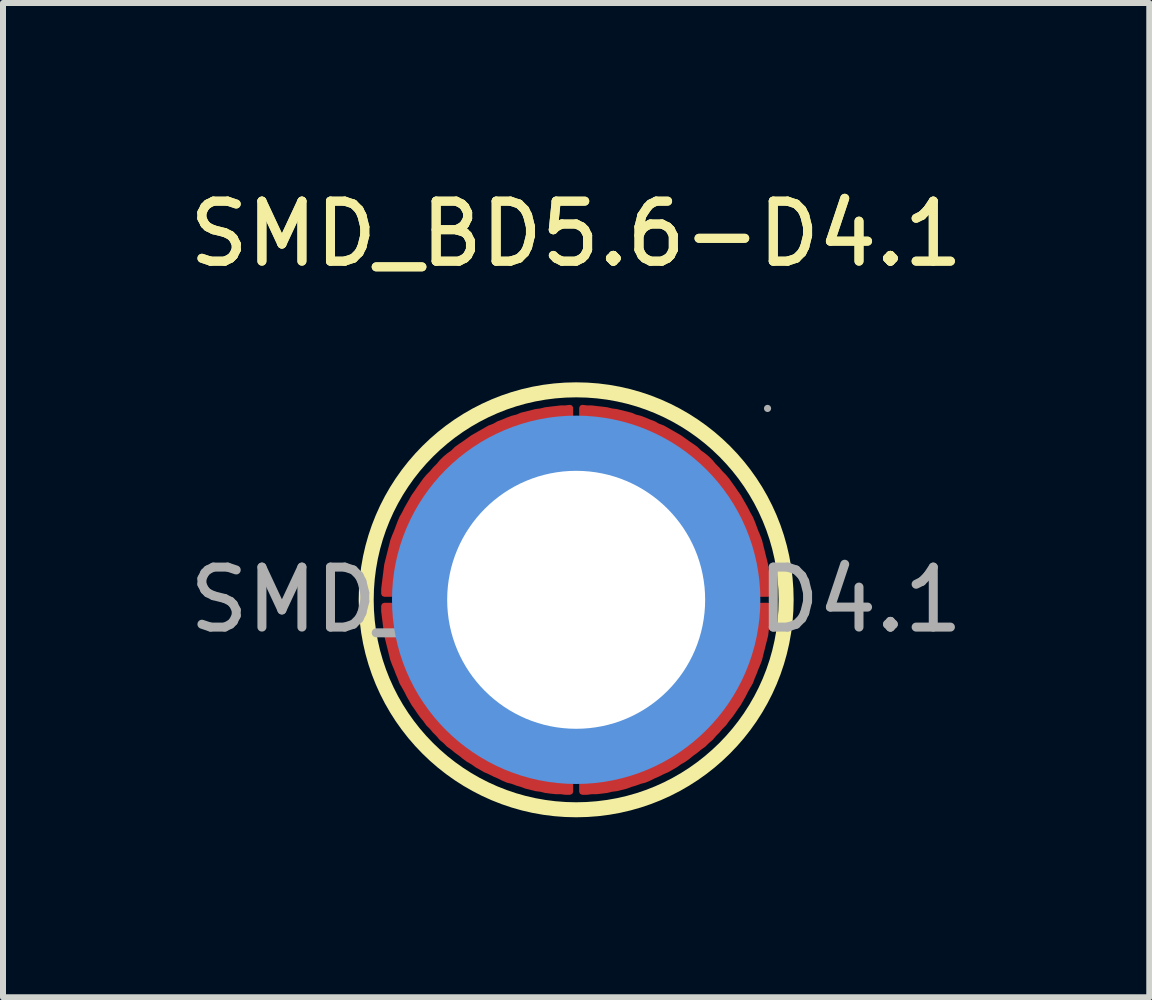
<source format=kicad_pcb>
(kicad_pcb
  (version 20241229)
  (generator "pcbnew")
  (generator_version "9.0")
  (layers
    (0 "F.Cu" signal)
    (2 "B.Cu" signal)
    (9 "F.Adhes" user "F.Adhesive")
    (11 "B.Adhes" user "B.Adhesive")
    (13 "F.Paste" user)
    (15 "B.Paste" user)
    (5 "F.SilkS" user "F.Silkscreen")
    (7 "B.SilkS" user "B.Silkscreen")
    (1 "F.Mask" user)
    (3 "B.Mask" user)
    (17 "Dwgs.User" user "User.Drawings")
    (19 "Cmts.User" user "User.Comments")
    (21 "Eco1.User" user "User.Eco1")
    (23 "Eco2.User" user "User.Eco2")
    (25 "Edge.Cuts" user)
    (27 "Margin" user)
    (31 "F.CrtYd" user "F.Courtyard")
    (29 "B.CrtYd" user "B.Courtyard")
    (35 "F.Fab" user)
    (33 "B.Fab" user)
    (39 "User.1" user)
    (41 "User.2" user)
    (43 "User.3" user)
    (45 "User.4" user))
  (footprint "SMD_BD5.6-D4.1"
    (layer "F.Cu")
    (at 6.554 6.948)
    (property "Reference" "SMD_BD5.6-D4.1" (at 0 -6.1 0) (layer "F.SilkS") (effects (font (size 1 1) (thickness 0.15))))
    (attr smd)
    (fp_circle (center 0 0) (end 3.5 0) (stroke (width 0.25) (type solid)) (fill no) (layer "F.SilkS"))
    (fp_circle (center 0 0) (end 1.02 0) (stroke (width 2.05) (type solid)) (fill no) (layer "Cmts.User"))
    (fp_circle (center 3.19 -3.19) (end 3.22 -3.19) (stroke (width 0.06) (type solid)) (fill no) (layer "F.Fab"))
    (fp_text user "${REFERENCE}" (at 0 -6.1 0) (layer "F.SilkS") (effects (font (size 1 1) (thickness 0.15))))
    (fp_text user "${REFERENCE}" (at 0 0 0) (layer "F.Fab") (effects (font (size 1 1) (thickness 0.15))))
    (pad "1" smd custom (at -2.1 -1.65) (size 0.01 0.01) (layers "F.Cu" "F.Mask" "F.Paste") (options (anchor circle)) (primitives (gr_poly (pts (xy 2 -1.55) (xy 2 -0.55) (xy 1.93 -0.54) (xy 1.86 -0.54) (xy 1.8 -0.53) (xy 1.73 -0.52) (xy 1.66 -0.5) (xy 1.6 -0.49) (xy 1.53 -0.47) (xy 1.47 -0.46) (xy 1.4 -0.43) (xy 1.34 -0.41) (xy 1.27 -0.39) (xy 1.21 -0.36) (xy 1.15 -0.33) (xy 1.09 -0.3) (xy 1.03 -0.27) (xy 0.97 -0.24) (xy 0.91 -0.2) (xy 0.86 -0.16) (xy 0.8 -0.12) (xy 0.75 -0.08) (xy 0.69 -0.04) (xy 0.64 0) (xy 0.59 0.05) (xy 0.54 0.1) (xy 0.49 0.14) (xy 0.45 0.2) (xy 0.4 0.25) (xy 0.36 0.3) (xy 0.32 0.35) (xy 0.28 0.41) (xy 0.24 0.47) (xy 0.21 0.52) (xy 0.18 0.58) (xy 0.14 0.64) (xy 0.11 0.7) (xy 0.08 0.76) (xy 0.06 0.83) (xy 0.03 0.89) (xy 0.01 0.95) (xy -0.01 1.02) (xy -0.03 1.09) (xy -0.04 1.15) (xy -0.06 1.22) (xy -0.07 1.28) (xy -0.08 1.35) (xy -0.09 1.42) (xy -0.1 1.49) (xy -0.1 1.55) (xy -1.1 1.55) (xy -1.1 1.47) (xy -1.09 1.39) (xy -1.08 1.31) (xy -1.07 1.23) (xy -1.06 1.15) (xy -1.05 1.07) (xy -1.03 0.99) (xy -1.01 0.91) (xy -0.99 0.83) (xy -0.97 0.75) (xy -0.95 0.67) (xy -0.92 0.59) (xy -0.89 0.52) (xy -0.86 0.44) (xy -0.83 0.36) (xy -0.8 0.29) (xy -0.76 0.22) (xy -0.72 0.14) (xy -0.68 0.07) (xy -0.64 0) (xy -0.6 -0.07) (xy -0.55 -0.14) (xy -0.51 -0.2) (xy -0.46 -0.27) (xy -0.41 -0.34) (xy -0.36 -0.4) (xy -0.3 -0.46) (xy -0.25 -0.52) (xy -0.19 -0.58) (xy -0.14 -0.64) (xy -0.08 -0.7) (xy -0.02 -0.75) (xy 0.05 -0.8) (xy 0.11 -0.86) (xy 0.18 -0.91) (xy 0.24 -0.95) (xy 0.31 -1) (xy 0.38 -1.05) (xy 0.45 -1.09) (xy 0.52 -1.13) (xy 0.59 -1.17) (xy 0.66 -1.21) (xy 0.74 -1.24) (xy 0.81 -1.28) (xy 0.89 -1.31) (xy 0.96 -1.34) (xy 1.04 -1.37) (xy 1.12 -1.39) (xy 1.19 -1.42) (xy 1.27 -1.44) (xy 1.35 -1.46) (xy 1.43 -1.48) (xy 1.51 -1.49) (xy 1.59 -1.51) (xy 1.67 -1.52) (xy 1.76 -1.53) (xy 1.84 -1.54) (xy 1.92 -1.54) (xy 2 -1.55)) (width 0.1) (fill yes))))
    (pad "2" smd custom (at 1.65 -2.1) (size 0.01 0.01) (layers "F.Cu" "F.Mask" "F.Paste") (options (anchor circle)) (primitives (gr_poly (pts (xy 1.55 2) (xy 0.55 2) (xy 0.55 1.94) (xy 0.54 1.87) (xy 0.53 1.8) (xy 0.52 1.73) (xy 0.51 1.67) (xy 0.49 1.6) (xy 0.48 1.54) (xy 0.46 1.47) (xy 0.44 1.4) (xy 0.42 1.34) (xy 0.39 1.28) (xy 0.37 1.21) (xy 0.34 1.15) (xy 0.31 1.09) (xy 0.27 1.03) (xy 0.24 0.97) (xy 0.21 0.92) (xy 0.17 0.86) (xy 0.13 0.8) (xy 0.09 0.75) (xy 0.05 0.7) (xy 0 0.65) (xy -0.04 0.59) (xy -0.09 0.55) (xy -0.14 0.5) (xy -0.19 0.45) (xy -0.24 0.41) (xy -0.3 0.37) (xy -0.35 0.33) (xy -0.41 0.29) (xy -0.46 0.25) (xy -0.52 0.21) (xy -0.58 0.18) (xy -0.64 0.15) (xy -0.7 0.12) (xy -0.76 0.09) (xy -0.82 0.06) (xy -0.89 0.04) (xy -0.95 0.02) (xy -1.02 -0.01) (xy -1.08 -0.02) (xy -1.15 -0.04) (xy -1.21 -0.05) (xy -1.28 -0.07) (xy -1.35 -0.08) (xy -1.41 -0.09) (xy -1.48 -0.09) (xy -1.55 -0.1) (xy -1.55 -1.1) (xy -1.47 -1.09) (xy -1.39 -1.09) (xy -1.31 -1.08) (xy -1.22 -1.07) (xy -1.14 -1.06) (xy -1.06 -1.04) (xy -0.98 -1.03) (xy -0.9 -1.01) (xy -0.82 -0.99) (xy -0.74 -0.97) (xy -0.67 -0.94) (xy -0.59 -0.92) (xy -0.51 -0.89) (xy -0.44 -0.86) (xy -0.36 -0.83) (xy -0.29 -0.79) (xy -0.21 -0.76) (xy -0.14 -0.72) (xy -0.07 -0.68) (xy 0 -0.64) (xy 0.07 -0.6) (xy 0.14 -0.55) (xy 0.21 -0.5) (xy 0.27 -0.46) (xy 0.34 -0.41) (xy 0.4 -0.35) (xy 0.47 -0.3) (xy 0.53 -0.25) (xy 0.59 -0.19) (xy 0.64 -0.13) (xy 0.7 -0.07) (xy 0.75 -0.01) (xy 0.81 0.05) (xy 0.86 0.11) (xy 0.91 0.18) (xy 0.96 0.25) (xy 1 0.31) (xy 1.05 0.38) (xy 1.09 0.45) (xy 1.13 0.52) (xy 1.17 0.59) (xy 1.21 0.67) (xy 1.25 0.74) (xy 1.28 0.81) (xy 1.31 0.89) (xy 1.34 0.97) (xy 1.37 1.04) (xy 1.4 1.12) (xy 1.42 1.2) (xy 1.44 1.28) (xy 1.46 1.36) (xy 1.48 1.44) (xy 1.5 1.52) (xy 1.51 1.6) (xy 1.52 1.68) (xy 1.53 1.76) (xy 1.54 1.84) (xy 1.55 1.92) (xy 1.55 2)) (width 0.1) (fill yes))))
    (pad "3" smd custom (at 2.1 1.65) (size 0.01 0.01) (layers "F.Cu" "F.Mask" "F.Paste") (options (anchor circle)) (primitives (gr_poly (pts (xy -2 1.55) (xy -2 0.55) (xy -1.93 0.55) (xy -1.86 0.54) (xy -1.8 0.54) (xy -1.73 0.53) (xy -1.66 0.51) (xy -1.6 0.5) (xy -1.53 0.48) (xy -1.47 0.46) (xy -1.4 0.44) (xy -1.34 0.42) (xy -1.27 0.4) (xy -1.21 0.37) (xy -1.15 0.34) (xy -1.09 0.31) (xy -1.03 0.28) (xy -0.97 0.24) (xy -0.91 0.21) (xy -0.86 0.17) (xy -0.8 0.13) (xy -0.75 0.09) (xy -0.69 0.05) (xy -0.64 0) (xy -0.59 -0.04) (xy -0.54 -0.09) (xy -0.49 -0.14) (xy -0.45 -0.19) (xy -0.4 -0.24) (xy -0.36 -0.29) (xy -0.32 -0.35) (xy -0.28 -0.4) (xy -0.24 -0.46) (xy -0.21 -0.52) (xy -0.18 -0.57) (xy -0.14 -0.63) (xy -0.11 -0.7) (xy -0.08 -0.76) (xy -0.06 -0.82) (xy -0.03 -0.88) (xy -0.01 -0.95) (xy 0.01 -1.01) (xy 0.03 -1.08) (xy 0.04 -1.14) (xy 0.06 -1.21) (xy 0.07 -1.28) (xy 0.08 -1.34) (xy 0.09 -1.41) (xy 0.1 -1.48) (xy 0.1 -1.55) (xy 1.1 -1.55) (xy 1.1 -1.46) (xy 1.09 -1.38) (xy 1.08 -1.3) (xy 1.07 -1.22) (xy 1.06 -1.14) (xy 1.05 -1.06) (xy 1.03 -0.98) (xy 1.01 -0.9) (xy 0.99 -0.82) (xy 0.97 -0.74) (xy 0.95 -0.66) (xy 0.92 -0.58) (xy 0.89 -0.51) (xy 0.86 -0.43) (xy 0.83 -0.36) (xy 0.8 -0.28) (xy 0.76 -0.21) (xy 0.72 -0.14) (xy 0.68 -0.06) (xy 0.64 0.01) (xy 0.6 0.08) (xy 0.55 0.15) (xy 0.51 0.21) (xy 0.46 0.28) (xy 0.41 0.34) (xy 0.36 0.41) (xy 0.3 0.47) (xy 0.25 0.53) (xy 0.19 0.59) (xy 0.14 0.65) (xy 0.08 0.7) (xy 0.02 0.76) (xy -0.05 0.81) (xy -0.11 0.86) (xy -0.18 0.91) (xy -0.24 0.96) (xy -0.31 1.01) (xy -0.38 1.05) (xy -0.45 1.1) (xy -0.52 1.14) (xy -0.59 1.18) (xy -0.66 1.21) (xy -0.74 1.25) (xy -0.81 1.28) (xy -0.89 1.32) (xy -0.96 1.35) (xy -1.04 1.37) (xy -1.12 1.4) (xy -1.19 1.42) (xy -1.27 1.45) (xy -1.35 1.47) (xy -1.43 1.49) (xy -1.51 1.5) (xy -1.59 1.52) (xy -1.67 1.53) (xy -1.76 1.54) (xy -1.84 1.54) (xy -1.92 1.55) (xy -2 1.55)) (width 0.1) (fill yes))))
    (pad "4" smd custom (at -1.65 2.1) (size 0.01 0.01) (layers "F.Cu" "F.Mask" "F.Paste") (options (anchor circle)) (primitives (gr_poly (pts (xy -1.55 -2) (xy -0.55 -2) (xy -0.55 -1.93) (xy -0.54 -1.86) (xy -0.53 -1.79) (xy -0.52 -1.73) (xy -0.51 -1.66) (xy -0.49 -1.59) (xy -0.48 -1.53) (xy -0.46 -1.46) (xy -0.44 -1.4) (xy -0.42 -1.33) (xy -0.39 -1.27) (xy -0.37 -1.21) (xy -0.34 -1.15) (xy -0.31 -1.08) (xy -0.27 -1.02) (xy -0.24 -0.97) (xy -0.21 -0.91) (xy -0.17 -0.85) (xy -0.13 -0.8) (xy -0.09 -0.74) (xy -0.05 -0.69) (xy 0 -0.64) (xy 0.04 -0.59) (xy 0.09 -0.54) (xy 0.14 -0.49) (xy 0.19 -0.45) (xy 0.24 -0.4) (xy 0.3 -0.36) (xy 0.35 -0.32) (xy 0.41 -0.28) (xy 0.46 -0.24) (xy 0.52 -0.21) (xy 0.58 -0.17) (xy 0.64 -0.14) (xy 0.7 -0.11) (xy 0.76 -0.08) (xy 0.82 -0.05) (xy 0.89 -0.03) (xy 0.95 -0.01) (xy 1.02 0.01) (xy 1.08 0.03) (xy 1.15 0.05) (xy 1.21 0.06) (xy 1.28 0.08) (xy 1.35 0.09) (xy 1.41 0.09) (xy 1.48 0.1) (xy 1.55 0.1) (xy 1.55 1.1) (xy 1.47 1.1) (xy 1.39 1.09) (xy 1.31 1.09) (xy 1.22 1.08) (xy 1.14 1.07) (xy 1.06 1.05) (xy 0.98 1.04) (xy 0.9 1.02) (xy 0.82 1) (xy 0.74 0.97) (xy 0.67 0.95) (xy 0.59 0.92) (xy 0.51 0.9) (xy 0.44 0.87) (xy 0.36 0.83) (xy 0.29 0.8) (xy 0.21 0.76) (xy 0.14 0.73) (xy 0.07 0.69) (xy 0 0.65) (xy -0.07 0.6) (xy -0.14 0.56) (xy -0.21 0.51) (xy -0.27 0.46) (xy -0.34 0.41) (xy -0.4 0.36) (xy -0.47 0.31) (xy -0.53 0.25) (xy -0.59 0.2) (xy -0.64 0.14) (xy -0.7 0.08) (xy -0.75 0.02) (xy -0.81 -0.04) (xy -0.86 -0.11) (xy -0.91 -0.17) (xy -0.96 -0.24) (xy -1 -0.3) (xy -1.05 -0.37) (xy -1.09 -0.44) (xy -1.13 -0.51) (xy -1.17 -0.59) (xy -1.21 -0.66) (xy -1.25 -0.73) (xy -1.28 -0.81) (xy -1.31 -0.88) (xy -1.34 -0.96) (xy -1.37 -1.03) (xy -1.4 -1.11) (xy -1.42 -1.19) (xy -1.44 -1.27) (xy -1.46 -1.35) (xy -1.48 -1.43) (xy -1.5 -1.51) (xy -1.51 -1.59) (xy -1.52 -1.67) (xy -1.53 -1.75) (xy -1.54 -1.83) (xy -1.55 -1.91) (xy -1.55 -2)) (width 0.1) (fill yes))))
    (pad "5" thru_hole circle (at 0 0) (size 4.3 4.3) (drill 4.3) (layers "*.Cu" "*.Mask")))
  (gr_rect
    (start -3 -3)
    (end 16.107 13.573)
    (stroke (width 0.1) (type default))
    (fill no)
    (layer "Edge.Cuts")))
</source>
